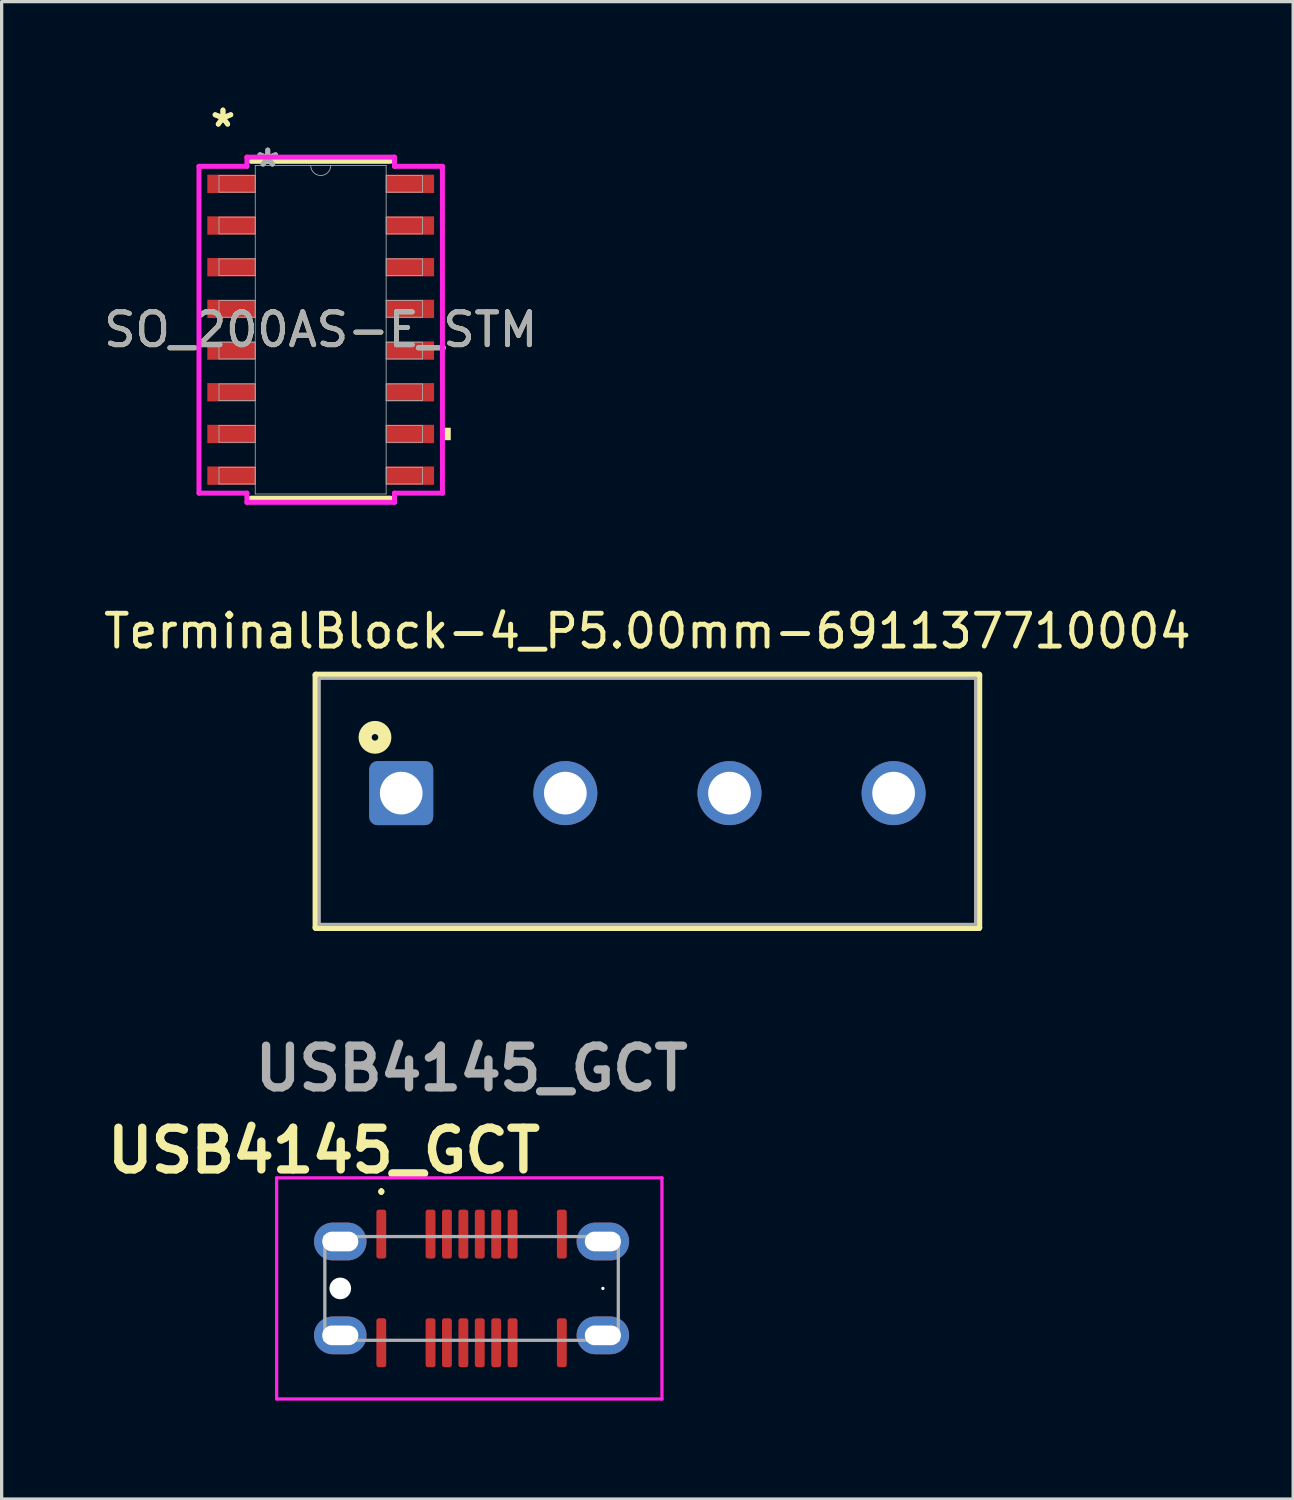
<source format=kicad_pcb>
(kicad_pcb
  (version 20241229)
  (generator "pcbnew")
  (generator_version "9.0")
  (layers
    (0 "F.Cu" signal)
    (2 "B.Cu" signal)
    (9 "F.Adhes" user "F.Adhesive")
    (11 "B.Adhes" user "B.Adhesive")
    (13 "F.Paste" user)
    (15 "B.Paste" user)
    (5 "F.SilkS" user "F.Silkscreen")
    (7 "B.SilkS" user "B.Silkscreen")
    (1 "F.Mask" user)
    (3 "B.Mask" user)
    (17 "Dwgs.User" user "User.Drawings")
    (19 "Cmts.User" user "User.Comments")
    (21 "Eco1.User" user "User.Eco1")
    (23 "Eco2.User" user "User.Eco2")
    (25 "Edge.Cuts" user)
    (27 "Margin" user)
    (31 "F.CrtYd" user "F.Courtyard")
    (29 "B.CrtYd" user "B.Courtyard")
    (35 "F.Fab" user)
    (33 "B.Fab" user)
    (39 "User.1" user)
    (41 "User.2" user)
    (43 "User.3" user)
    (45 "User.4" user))
  (footprint "USB4145_GCT"
    (layer "F.Cu")
    (at 11.316 36.201)
    (property "Reference" "USB4145_GCT" (at -4.5 -4.2 0) (layer "F.SilkS") (effects (font (size 1.27 1.27) (thickness 0.254))))
    (attr through_hole)
    (fp_line (start -2.75 -3) (end -2.75 -3) (stroke (width 0.1) (type solid)) (layer "F.SilkS"))
    (fp_line (start -2.75 -2.9) (end -2.75 -2.9) (stroke (width 0.1) (type solid)) (layer "F.SilkS"))
    (fp_arc (start -2.75 -3) (mid -2.7 -2.95) (end -2.75 -2.9) (stroke (width 0.1) (type solid)) (layer "F.SilkS"))
    (fp_arc (start -2.75 -2.9) (mid -2.8 -2.95) (end -2.75 -3) (stroke (width 0.1) (type solid)) (layer "F.SilkS"))
    (fp_line (start -5.938 -3.367) (end 5.8 -3.367) (stroke (width 0.1) (type solid)) (layer "F.CrtYd"))
    (fp_line (start -5.938 3.367) (end -5.938 -3.367) (stroke (width 0.1) (type solid)) (layer "F.CrtYd"))
    (fp_line (start 5.8 -3.367) (end 5.8 3.367) (stroke (width 0.1) (type solid)) (layer "F.CrtYd"))
    (fp_line (start 5.8 3.367) (end -5.938 3.367) (stroke (width 0.1) (type solid)) (layer "F.CrtYd"))
    (fp_line (start -4.47 -1.58) (end 4.47 -1.58) (stroke (width 0.1) (type solid)) (layer "F.Fab"))
    (fp_line (start -4.47 1.58) (end -4.47 -1.58) (stroke (width 0.1) (type solid)) (layer "F.Fab"))
    (fp_line (start 4.47 -1.58) (end 4.47 1.58) (stroke (width 0.1) (type solid)) (layer "F.Fab"))
    (fp_line (start 4.47 1.58) (end -4.47 1.58) (stroke (width 0.1) (type solid)) (layer "F.Fab"))
    (fp_text user "${REFERENCE}" (at 0 -6.7 0) (layer "F.Fab") (effects (font (size 1.27 1.27) (thickness 0.254))))
    (pad "" np_thru_hole circle (at -4 0) (size 0.66 0.66) (drill 0.71) (layers "*.Cu" "*.Mask"))
    (pad "" np_thru_hole circle (at 4 0) (size 0.1 0.1) (drill oval 1.01 0.71) (layers "*.Cu" "*.Mask"))
    (pad "A1" smd roundrect (at -2.75 -1.655) (size 0.3 1.49) (layers "F.Cu" "F.Mask" "F.Paste") (roundrect_rratio 0.25))
    (pad "A4" smd roundrect (at -1.25 -1.655) (size 0.3 1.49) (layers "F.Cu" "F.Mask" "F.Paste") (roundrect_rratio 0.25))
    (pad "A5" smd roundrect (at -0.75 -1.655) (size 0.3 1.49) (layers "F.Cu" "F.Mask" "F.Paste") (roundrect_rratio 0.25))
    (pad "A6" smd roundrect (at -0.25 -1.655) (size 0.3 1.49) (layers "F.Cu" "F.Mask" "F.Paste") (roundrect_rratio 0.25))
    (pad "A7" smd roundrect (at 0.25 -1.655) (size 0.3 1.49) (layers "F.Cu" "F.Mask" "F.Paste") (roundrect_rratio 0.25))
    (pad "A8" smd roundrect (at 0.75 -1.655) (size 0.3 1.49) (layers "F.Cu" "F.Mask" "F.Paste") (roundrect_rratio 0.25))
    (pad "A9" smd roundrect (at 1.25 -1.655) (size 0.3 1.49) (layers "F.Cu" "F.Mask" "F.Paste") (roundrect_rratio 0.25))
    (pad "A12" smd roundrect (at 2.75 -1.655) (size 0.3 1.49) (layers "F.Cu" "F.Mask" "F.Paste") (roundrect_rratio 0.25))
    (pad "B1" smd roundrect (at 2.75 1.655) (size 0.3 1.49) (layers "F.Cu" "F.Mask" "F.Paste") (roundrect_rratio 0.25))
    (pad "B4" smd roundrect (at 1.25 1.655) (size 0.3 1.49) (layers "F.Cu" "F.Mask" "F.Paste") (roundrect_rratio 0.25))
    (pad "B5" smd roundrect (at 0.75 1.655) (size 0.3 1.49) (layers "F.Cu" "F.Mask" "F.Paste") (roundrect_rratio 0.25))
    (pad "B6" smd roundrect (at 0.25 1.655) (size 0.3 1.49) (layers "F.Cu" "F.Mask" "F.Paste") (roundrect_rratio 0.25))
    (pad "B7" smd roundrect (at -0.25 1.655) (size 0.3 1.49) (layers "F.Cu" "F.Mask" "F.Paste") (roundrect_rratio 0.25))
    (pad "B8" smd roundrect (at -0.75 1.655) (size 0.3 1.49) (layers "F.Cu" "F.Mask" "F.Paste") (roundrect_rratio 0.25))
    (pad "B9" smd roundrect (at -1.25 1.655) (size 0.3 1.49) (layers "F.Cu" "F.Mask" "F.Paste") (roundrect_rratio 0.25))
    (pad "B12" smd roundrect (at -2.75 1.655) (size 0.3 1.49) (layers "F.Cu" "F.Mask" "F.Paste") (roundrect_rratio 0.25))
    (pad "S1" thru_hole oval (at -4 -1.43) (size 1.6 1.15) (drill oval 1.1 0.6) (layers "*.Cu" "*.Mask"))
    (pad "S1" thru_hole oval (at -4 1.43) (size 1.6 1.15) (drill oval 1.1 0.6) (layers "*.Cu" "*.Mask"))
    (pad "S1" thru_hole oval (at 4 -1.43) (size 1.6 1.15) (drill oval 1.1 0.6) (layers "*.Cu" "*.Mask"))
    (pad "S1" thru_hole oval (at 4 1.43) (size 1.6 1.15) (drill oval 1.1 0.6) (layers "*.Cu" "*.Mask")))
  (footprint "SO_200AS-E_STM"
    (layer "F.Cu")
    (at 6.72 6.995)
    (property "Reference" "SO_200AS-E_STM" (at 0 0 0) (unlocked yes) (layer "F.SilkS") (effects (font (size 1 1) (thickness 0.15))))
    (attr smd)
    (fp_line (start -2.121 5.131) (end 2.121 5.131) (stroke (width 0.152) (type solid)) (layer "F.SilkS"))
    (fp_line (start 2.121 -5.131) (end -2.121 -5.131) (stroke (width 0.152) (type solid)) (layer "F.SilkS"))
    (fp_poly (pts (xy 3.962 2.985) (xy 3.962 3.365) (xy 3.708 3.365) (xy 3.708 2.985)) (stroke (width 0) (type solid)) (fill yes) (layer "F.SilkS"))
    (fp_line (start -3.708 -4.978) (end -2.248 -4.978) (stroke (width 0.152) (type solid)) (layer "F.CrtYd"))
    (fp_line (start -3.708 4.978) (end -3.708 -4.978) (stroke (width 0.152) (type solid)) (layer "F.CrtYd"))
    (fp_line (start -3.708 4.978) (end -2.248 4.978) (stroke (width 0.152) (type solid)) (layer "F.CrtYd"))
    (fp_line (start -2.248 -5.258) (end 2.248 -5.258) (stroke (width 0.152) (type solid)) (layer "F.CrtYd"))
    (fp_line (start -2.248 -4.978) (end -2.248 -5.258) (stroke (width 0.152) (type solid)) (layer "F.CrtYd"))
    (fp_line (start -2.248 5.258) (end -2.248 4.978) (stroke (width 0.152) (type solid)) (layer "F.CrtYd"))
    (fp_line (start 2.248 -5.258) (end 2.248 -4.978) (stroke (width 0.152) (type solid)) (layer "F.CrtYd"))
    (fp_line (start 2.248 4.978) (end 2.248 5.258) (stroke (width 0.152) (type solid)) (layer "F.CrtYd"))
    (fp_line (start 2.248 5.258) (end -2.248 5.258) (stroke (width 0.152) (type solid)) (layer "F.CrtYd"))
    (fp_line (start 3.708 -4.978) (end 2.248 -4.978) (stroke (width 0.152) (type solid)) (layer "F.CrtYd"))
    (fp_line (start 3.708 -4.978) (end 3.708 4.978) (stroke (width 0.152) (type solid)) (layer "F.CrtYd"))
    (fp_line (start 3.708 4.978) (end 2.248 4.978) (stroke (width 0.152) (type solid)) (layer "F.CrtYd"))
    (fp_line (start -3.099 -4.699) (end -3.099 -4.191) (stroke (width 0.025) (type solid)) (layer "F.Fab"))
    (fp_line (start -3.099 -4.191) (end -1.994 -4.191) (stroke (width 0.025) (type solid)) (layer "F.Fab"))
    (fp_line (start -3.099 -3.429) (end -3.099 -2.921) (stroke (width 0.025) (type solid)) (layer "F.Fab"))
    (fp_line (start -3.099 -2.921) (end -1.994 -2.921) (stroke (width 0.025) (type solid)) (layer "F.Fab"))
    (fp_line (start -3.099 -2.159) (end -3.099 -1.651) (stroke (width 0.025) (type solid)) (layer "F.Fab"))
    (fp_line (start -3.099 -1.651) (end -1.994 -1.651) (stroke (width 0.025) (type solid)) (layer "F.Fab"))
    (fp_line (start -3.099 -0.889) (end -3.099 -0.381) (stroke (width 0.025) (type solid)) (layer "F.Fab"))
    (fp_line (start -3.099 -0.381) (end -1.994 -0.381) (stroke (width 0.025) (type solid)) (layer "F.Fab"))
    (fp_line (start -3.099 0.381) (end -3.099 0.889) (stroke (width 0.025) (type solid)) (layer "F.Fab"))
    (fp_line (start -3.099 0.889) (end -1.994 0.889) (stroke (width 0.025) (type solid)) (layer "F.Fab"))
    (fp_line (start -3.099 1.651) (end -3.099 2.159) (stroke (width 0.025) (type solid)) (layer "F.Fab"))
    (fp_line (start -3.099 2.159) (end -1.994 2.159) (stroke (width 0.025) (type solid)) (layer "F.Fab"))
    (fp_line (start -3.099 2.921) (end -3.099 3.429) (stroke (width 0.025) (type solid)) (layer "F.Fab"))
    (fp_line (start -3.099 3.429) (end -1.994 3.429) (stroke (width 0.025) (type solid)) (layer "F.Fab"))
    (fp_line (start -3.099 4.191) (end -3.099 4.699) (stroke (width 0.025) (type solid)) (layer "F.Fab"))
    (fp_line (start -3.099 4.699) (end -1.994 4.699) (stroke (width 0.025) (type solid)) (layer "F.Fab"))
    (fp_line (start -1.994 -5.004) (end -1.994 5.004) (stroke (width 0.025) (type solid)) (layer "F.Fab"))
    (fp_line (start -1.994 -4.699) (end -3.099 -4.699) (stroke (width 0.025) (type solid)) (layer "F.Fab"))
    (fp_line (start -1.994 -4.191) (end -1.994 -4.699) (stroke (width 0.025) (type solid)) (layer "F.Fab"))
    (fp_line (start -1.994 -3.429) (end -3.099 -3.429) (stroke (width 0.025) (type solid)) (layer "F.Fab"))
    (fp_line (start -1.994 -2.921) (end -1.994 -3.429) (stroke (width 0.025) (type solid)) (layer "F.Fab"))
    (fp_line (start -1.994 -2.159) (end -3.099 -2.159) (stroke (width 0.025) (type solid)) (layer "F.Fab"))
    (fp_line (start -1.994 -1.651) (end -1.994 -2.159) (stroke (width 0.025) (type solid)) (layer "F.Fab"))
    (fp_line (start -1.994 -0.889) (end -3.099 -0.889) (stroke (width 0.025) (type solid)) (layer "F.Fab"))
    (fp_line (start -1.994 -0.381) (end -1.994 -0.889) (stroke (width 0.025) (type solid)) (layer "F.Fab"))
    (fp_line (start -1.994 0.381) (end -3.099 0.381) (stroke (width 0.025) (type solid)) (layer "F.Fab"))
    (fp_line (start -1.994 0.889) (end -1.994 0.381) (stroke (width 0.025) (type solid)) (layer "F.Fab"))
    (fp_line (start -1.994 1.651) (end -3.099 1.651) (stroke (width 0.025) (type solid)) (layer "F.Fab"))
    (fp_line (start -1.994 2.159) (end -1.994 1.651) (stroke (width 0.025) (type solid)) (layer "F.Fab"))
    (fp_line (start -1.994 2.921) (end -3.099 2.921) (stroke (width 0.025) (type solid)) (layer "F.Fab"))
    (fp_line (start -1.994 3.429) (end -1.994 2.921) (stroke (width 0.025) (type solid)) (layer "F.Fab"))
    (fp_line (start -1.994 4.191) (end -3.099 4.191) (stroke (width 0.025) (type solid)) (layer "F.Fab"))
    (fp_line (start -1.994 4.699) (end -1.994 4.191) (stroke (width 0.025) (type solid)) (layer "F.Fab"))
    (fp_line (start -1.994 5.004) (end 1.994 5.004) (stroke (width 0.025) (type solid)) (layer "F.Fab"))
    (fp_line (start 1.994 -5.004) (end -1.994 -5.004) (stroke (width 0.025) (type solid)) (layer "F.Fab"))
    (fp_line (start 1.994 -4.699) (end 1.994 -4.191) (stroke (width 0.025) (type solid)) (layer "F.Fab"))
    (fp_line (start 1.994 -4.191) (end 3.099 -4.191) (stroke (width 0.025) (type solid)) (layer "F.Fab"))
    (fp_line (start 1.994 -3.429) (end 1.994 -2.921) (stroke (width 0.025) (type solid)) (layer "F.Fab"))
    (fp_line (start 1.994 -2.921) (end 3.099 -2.921) (stroke (width 0.025) (type solid)) (layer "F.Fab"))
    (fp_line (start 1.994 -2.159) (end 1.994 -1.651) (stroke (width 0.025) (type solid)) (layer "F.Fab"))
    (fp_line (start 1.994 -1.651) (end 3.099 -1.651) (stroke (width 0.025) (type solid)) (layer "F.Fab"))
    (fp_line (start 1.994 -0.889) (end 1.994 -0.381) (stroke (width 0.025) (type solid)) (layer "F.Fab"))
    (fp_line (start 1.994 -0.381) (end 3.099 -0.381) (stroke (width 0.025) (type solid)) (layer "F.Fab"))
    (fp_line (start 1.994 0.381) (end 1.994 0.889) (stroke (width 0.025) (type solid)) (layer "F.Fab"))
    (fp_line (start 1.994 0.889) (end 3.099 0.889) (stroke (width 0.025) (type solid)) (layer "F.Fab"))
    (fp_line (start 1.994 1.651) (end 1.994 2.159) (stroke (width 0.025) (type solid)) (layer "F.Fab"))
    (fp_line (start 1.994 2.159) (end 3.099 2.159) (stroke (width 0.025) (type solid)) (layer "F.Fab"))
    (fp_line (start 1.994 2.921) (end 1.994 3.429) (stroke (width 0.025) (type solid)) (layer "F.Fab"))
    (fp_line (start 1.994 3.429) (end 3.099 3.429) (stroke (width 0.025) (type solid)) (layer "F.Fab"))
    (fp_line (start 1.994 4.191) (end 1.994 4.699) (stroke (width 0.025) (type solid)) (layer "F.Fab"))
    (fp_line (start 1.994 4.699) (end 3.099 4.699) (stroke (width 0.025) (type solid)) (layer "F.Fab"))
    (fp_line (start 1.994 5.004) (end 1.994 -5.004) (stroke (width 0.025) (type solid)) (layer "F.Fab"))
    (fp_line (start 3.099 -4.699) (end 1.994 -4.699) (stroke (width 0.025) (type solid)) (layer "F.Fab"))
    (fp_line (start 3.099 -4.191) (end 3.099 -4.699) (stroke (width 0.025) (type solid)) (layer "F.Fab"))
    (fp_line (start 3.099 -3.429) (end 1.994 -3.429) (stroke (width 0.025) (type solid)) (layer "F.Fab"))
    (fp_line (start 3.099 -2.921) (end 3.099 -3.429) (stroke (width 0.025) (type solid)) (layer "F.Fab"))
    (fp_line (start 3.099 -2.159) (end 1.994 -2.159) (stroke (width 0.025) (type solid)) (layer "F.Fab"))
    (fp_line (start 3.099 -1.651) (end 3.099 -2.159) (stroke (width 0.025) (type solid)) (layer "F.Fab"))
    (fp_line (start 3.099 -0.889) (end 1.994 -0.889) (stroke (width 0.025) (type solid)) (layer "F.Fab"))
    (fp_line (start 3.099 -0.381) (end 3.099 -0.889) (stroke (width 0.025) (type solid)) (layer "F.Fab"))
    (fp_line (start 3.099 0.381) (end 1.994 0.381) (stroke (width 0.025) (type solid)) (layer "F.Fab"))
    (fp_line (start 3.099 0.889) (end 3.099 0.381) (stroke (width 0.025) (type solid)) (layer "F.Fab"))
    (fp_line (start 3.099 1.651) (end 1.994 1.651) (stroke (width 0.025) (type solid)) (layer "F.Fab"))
    (fp_line (start 3.099 2.159) (end 3.099 1.651) (stroke (width 0.025) (type solid)) (layer "F.Fab"))
    (fp_line (start 3.099 2.921) (end 1.994 2.921) (stroke (width 0.025) (type solid)) (layer "F.Fab"))
    (fp_line (start 3.099 3.429) (end 3.099 2.921) (stroke (width 0.025) (type solid)) (layer "F.Fab"))
    (fp_line (start 3.099 4.191) (end 1.994 4.191) (stroke (width 0.025) (type solid)) (layer "F.Fab"))
    (fp_line (start 3.099 4.699) (end 3.099 4.191) (stroke (width 0.025) (type solid)) (layer "F.Fab"))
    (fp_arc (start 0.3048 -5.0038) (mid 0 -4.699) (end -0.3048 -5.0038) (stroke (width 0.0254) (type solid)) (layer "F.Fab"))
    (fp_text user "*" (at -2.978 -6.147 0) (layer "F.SilkS") (effects (font (size 1 1) (thickness 0.15))))
    (fp_text user "*" (at -2.978 -6.147 0) (unlocked yes) (layer "F.SilkS") (effects (font (size 1 1) (thickness 0.15))))
    (fp_text user "${REFERENCE}" (at 0 0 0) (unlocked yes) (layer "F.Fab") (effects (font (size 1 1) (thickness 0.15))))
    (fp_text user "*" (at -1.613 -4.928 0) (layer "F.Fab") (effects (font (size 1 1) (thickness 0.15))))
    (fp_text user "*" (at -1.613 -4.928 0) (unlocked yes) (layer "F.Fab") (effects (font (size 1 1) (thickness 0.15))))
    (pad "1" smd rect (at -2.724 -4.445) (size 1.46 0.559) (layers "F.Cu" "F.Mask" "F.Paste"))
    (pad "2" smd rect (at -2.724 -3.175) (size 1.46 0.559) (layers "F.Cu" "F.Mask" "F.Paste"))
    (pad "3" smd rect (at -2.724 -1.905) (size 1.46 0.559) (layers "F.Cu" "F.Mask" "F.Paste"))
    (pad "4" smd rect (at -2.724 -0.635) (size 1.46 0.559) (layers "F.Cu" "F.Mask" "F.Paste"))
    (pad "5" smd rect (at -2.724 0.635) (size 1.46 0.559) (layers "F.Cu" "F.Mask" "F.Paste"))
    (pad "6" smd rect (at -2.724 1.905) (size 1.46 0.559) (layers "F.Cu" "F.Mask" "F.Paste"))
    (pad "7" smd rect (at -2.724 3.175) (size 1.46 0.559) (layers "F.Cu" "F.Mask" "F.Paste"))
    (pad "8" smd rect (at -2.724 4.445) (size 1.46 0.559) (layers "F.Cu" "F.Mask" "F.Paste"))
    (pad "9" smd rect (at 2.724 4.445) (size 1.46 0.559) (layers "F.Cu" "F.Mask" "F.Paste"))
    (pad "10" smd rect (at 2.724 3.175) (size 1.46 0.559) (layers "F.Cu" "F.Mask" "F.Paste"))
    (pad "11" smd rect (at 2.724 1.905) (size 1.46 0.559) (layers "F.Cu" "F.Mask" "F.Paste"))
    (pad "12" smd rect (at 2.724 0.635) (size 1.46 0.559) (layers "F.Cu" "F.Mask" "F.Paste"))
    (pad "13" smd rect (at 2.724 -0.635) (size 1.46 0.559) (layers "F.Cu" "F.Mask" "F.Paste"))
    (pad "14" smd rect (at 2.724 -1.905) (size 1.46 0.559) (layers "F.Cu" "F.Mask" "F.Paste"))
    (pad "15" smd rect (at 2.724 -3.175) (size 1.46 0.559) (layers "F.Cu" "F.Mask" "F.Paste"))
    (pad "16" smd rect (at 2.724 -4.445) (size 1.46 0.559) (layers "F.Cu" "F.Mask" "F.Paste")))
  (footprint "TerminalBlock-4_P5.00mm-691137710004"
    (layer "F.Cu")
    (at 16.673 21.112)
    (property "Reference" "TerminalBlock-4_P5.00mm-691137710004" (at 0 -4.935 0) (layer "F.SilkS") (effects (font (size 1 1) (thickness 0.15))))
    (attr through_hole)
    (fp_line (start -10.1 -3.6) (end 10.1 -3.6) (stroke (width 0.2) (type solid)) (layer "F.SilkS"))
    (fp_line (start -10.1 4.1) (end -10.1 -3.6) (stroke (width 0.2) (type solid)) (layer "F.SilkS"))
    (fp_line (start 10.1 -3.6) (end 10.1 4.1) (stroke (width 0.2) (type solid)) (layer "F.SilkS"))
    (fp_line (start 10.1 4.1) (end -10.1 4.1) (stroke (width 0.2) (type solid)) (layer "F.SilkS"))
    (fp_circle (center -8.3 -1.7) (end -8.2 -1.7) (stroke (width 0.4) (type solid)) (fill no) (layer "F.SilkS"))
    (fp_line (start -10 -3.5) (end 10 -3.5) (stroke (width 0.1) (type solid)) (layer "F.Fab"))
    (fp_line (start -10 4) (end -10 -3.5) (stroke (width 0.1) (type solid)) (layer "F.Fab"))
    (fp_line (start 10 -3.5) (end 10 4) (stroke (width 0.1) (type solid)) (layer "F.Fab"))
    (fp_line (start 10 4) (end -10 4) (stroke (width 0.1) (type solid)) (layer "F.Fab"))
    (pad "1" thru_hole roundrect (at -7.5 0) (size 1.95 1.95) (drill 1.3) (layers "*.Cu" "*.Mask") (roundrect_rratio 0.128))
    (pad "2" thru_hole circle (at -2.5 0) (size 1.95 1.95) (drill 1.3) (layers "*.Cu" "*.Mask"))
    (pad "3" thru_hole circle (at 2.5 0) (size 1.95 1.95) (drill 1.3) (layers "*.Cu" "*.Mask"))
    (pad "4" thru_hole circle (at 7.5 0) (size 1.95 1.95) (drill 1.3) (layers "*.Cu" "*.Mask")))
  (gr_rect
    (start -3 -3)
    (end 36.345 42.618)
    (stroke (width 0.1) (type default))
    (fill no)
    (layer "Edge.Cuts")))
</source>
